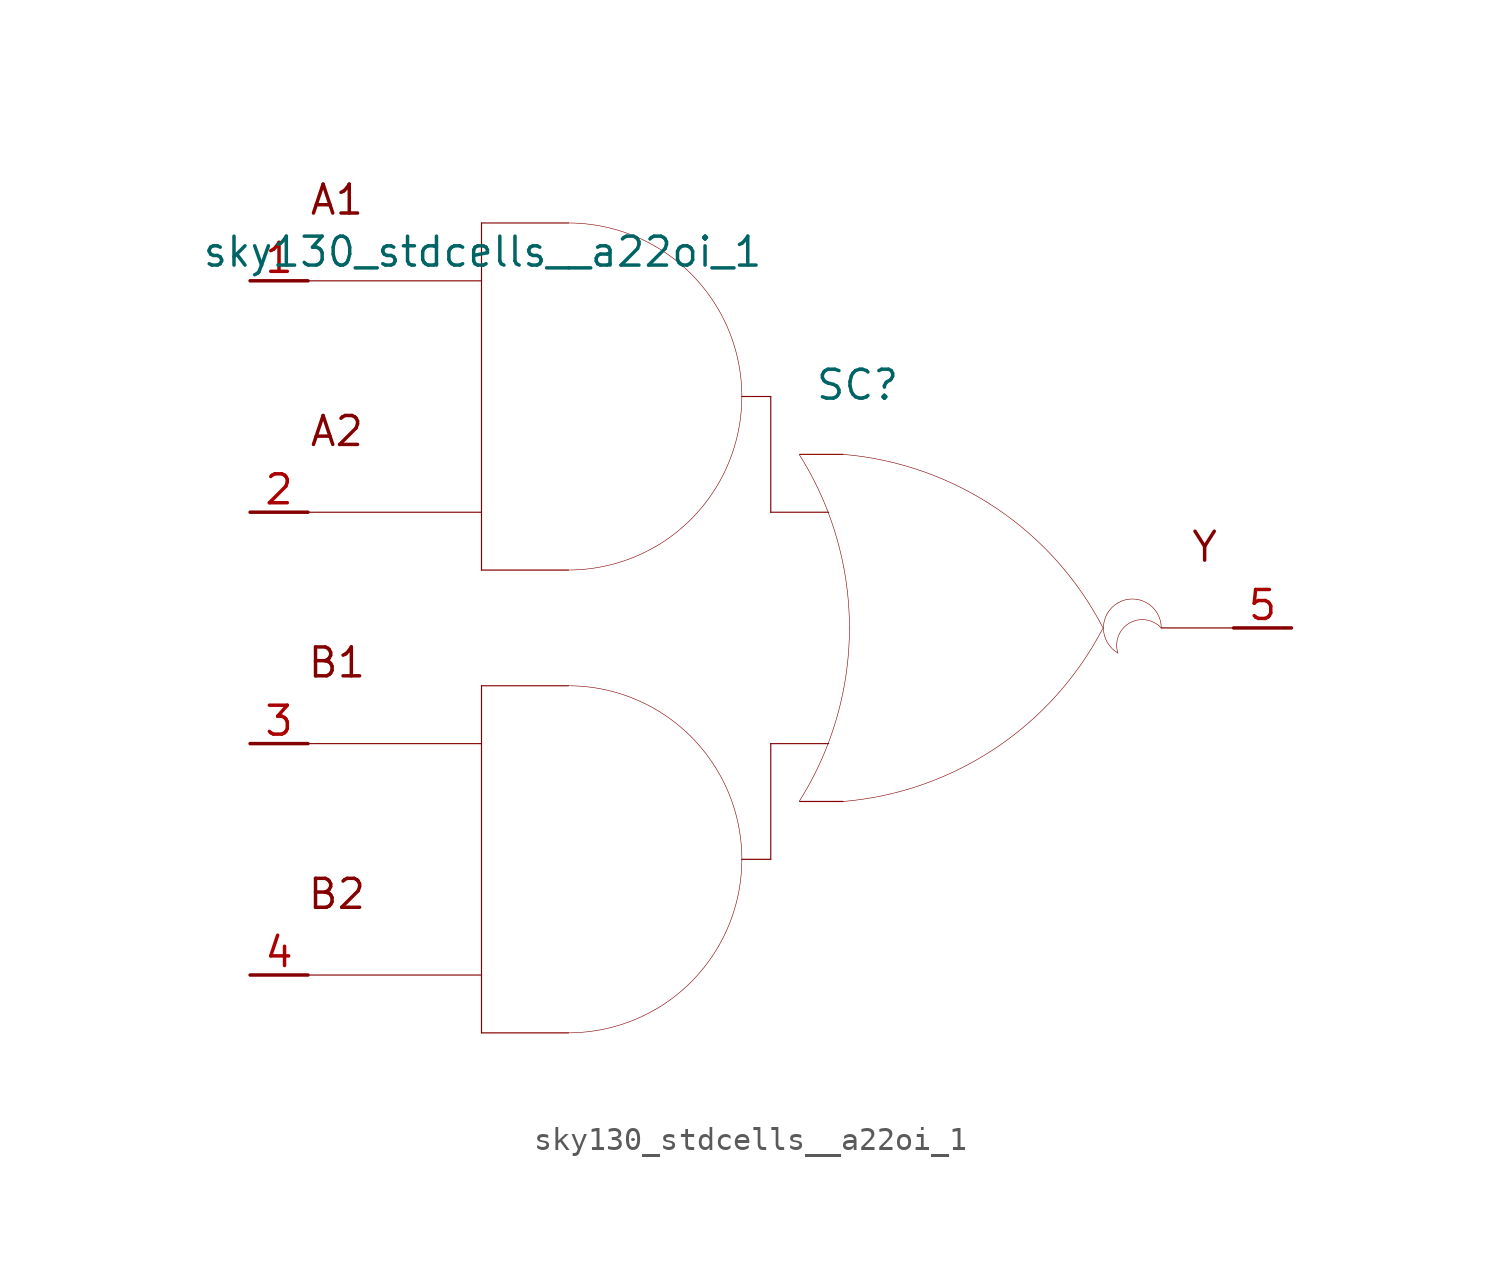
<source format=kicad_sym>
(kicad_symbol_lib
  (version 20211014)
  (generator kicad_symbol_editor)
  (symbol "sky130_stdcells__a22oi_1"
    (pin_names hide)
    (property "Reference" "SC"
      (at 3.81 10.668 0)
      (effects (font (size 1.27 1.27))))
    (property "Value" "sky130_stdcells__a22oi_1"
      (at -0.305 16.51 0)
      (effects (font (size 1.27 1.27)) (justify right)))
    (symbol "sky130_stdcells__a22oi_1_0_0"
      (arc (start -8.89 -17.78) (mid -6.9178 -17.5204) (end -5.08 -16.7591) (stroke (width 0.0254) (type default) (color 0 0 0 0)) (fill (type none)))
      (arc (start -8.89 2.54) (mid -6.9178 2.7996) (end -5.08 3.5609) (stroke (width 0.0254) (type default) (color 0 0 0 0)) (fill (type none)))
      (arc (start -5.08 -16.7591) (mid -3.5019 -15.5481) (end -2.2909 -13.97) (stroke (width 0.0254) (type default) (color 0 0 0 0)) (fill (type none)))
      (arc (start -5.08 -3.5609) (mid -6.9178 -2.7997) (end -8.89 -2.54) (stroke (width 0.0254) (type default) (color 0 0 0 0)) (fill (type none)))
      (arc (start -5.08 3.5609) (mid -3.5019 4.7719) (end -2.2909 6.35) (stroke (width 0.0254) (type default) (color 0 0 0 0)) (fill (type none)))
      (arc (start -5.08 16.7591) (mid -6.9178 17.5203) (end -8.89 17.78) (stroke (width 0.0254) (type default) (color 0 0 0 0)) (fill (type none)))
      (arc (start -2.2909 -13.97) (mid -1.5297 -12.1322) (end -1.27 -10.16) (stroke (width 0.0254) (type default) (color 0 0 0 0)) (fill (type none)))
      (arc (start -2.2909 -6.35) (mid -3.5019 -4.7719) (end -5.08 -3.5609) (stroke (width 0.0254) (type default) (color 0 0 0 0)) (fill (type none)))
      (arc (start -2.2909 6.35) (mid -1.5297 8.1878) (end -1.27 10.16) (stroke (width 0.0254) (type default) (color 0 0 0 0)) (fill (type none)))
      (arc (start -2.2909 13.97) (mid -3.5019 15.5481) (end -5.08 16.7591) (stroke (width 0.0254) (type default) (color 0 0 0 0)) (fill (type none)))
      (arc (start -1.27 -10.16) (mid -1.5296 -8.1878) (end -2.2909 -6.35) (stroke (width 0.0254) (type default) (color 0 0 0 0)) (fill (type none)))
      (arc (start -1.27 10.16) (mid -1.5296 12.1322) (end -2.2909 13.97) (stroke (width 0.0254) (type default) (color 0 0 0 0)) (fill (type none)))
      (polyline (pts (xy -20.32 -15.24) (xy -12.7 -15.24)) (stroke (width 0.051) (type default) (color 0 0 0 0)) (fill (type none)))
      (polyline (pts (xy -20.32 -5.08) (xy -12.7 -5.08)) (stroke (width 0.051) (type default) (color 0 0 0 0)) (fill (type none)))
      (polyline (pts (xy -20.32 5.08) (xy -12.7 5.08)) (stroke (width 0.051) (type default) (color 0 0 0 0)) (fill (type none)))
      (polyline (pts (xy -20.32 15.24) (xy -12.7 15.24)) (stroke (width 0.051) (type default) (color 0 0 0 0)) (fill (type none)))
      (polyline (pts (xy -12.7 -17.78) (xy -8.89 -17.78)) (stroke (width 0.051) (type default) (color 0 0 0 0)) (fill (type none)))
      (polyline (pts (xy -12.7 -2.54) (xy -12.7 -17.78)) (stroke (width 0.051) (type default) (color 0 0 0 0)) (fill (type none)))
      (polyline (pts (xy -12.7 -2.54) (xy -8.89 -2.54)) (stroke (width 0.051) (type default) (color 0 0 0 0)) (fill (type none)))
      (polyline (pts (xy -12.7 2.54) (xy -8.89 2.54)) (stroke (width 0.051) (type default) (color 0 0 0 0)) (fill (type none)))
      (polyline (pts (xy -12.7 17.78) (xy -12.7 2.54)) (stroke (width 0.051) (type default) (color 0 0 0 0)) (fill (type none)))
      (polyline (pts (xy -12.7 17.78) (xy -8.89 17.78)) (stroke (width 0.051) (type default) (color 0 0 0 0)) (fill (type none)))
      (polyline (pts (xy -1.27 -10.16) (xy 0 -10.16)) (stroke (width 0.051) (type default) (color 0 0 0 0)) (fill (type none)))
      (polyline (pts (xy -1.27 10.16) (xy 0 10.16)) (stroke (width 0.051) (type default) (color 0 0 0 0)) (fill (type none)))
      (polyline (pts (xy 0 -5.08) (xy 0 -10.16)) (stroke (width 0.051) (type default) (color 0 0 0 0)) (fill (type none)))
      (polyline (pts (xy 0 -5.08) (xy 2.54 -5.08)) (stroke (width 0.051) (type default) (color 0 0 0 0)) (fill (type none)))
      (polyline (pts (xy 0 5.08) (xy 2.54 5.08)) (stroke (width 0.051) (type default) (color 0 0 0 0)) (fill (type none)))
      (polyline (pts (xy 0 10.16) (xy 0 5.08)) (stroke (width 0.051) (type default) (color 0 0 0 0)) (fill (type none)))
      (polyline (pts (xy 1.27 -7.62) (xy 3.175 -7.62)) (stroke (width 0.051) (type default) (color 0 0 0 0)) (fill (type none)))
      (polyline (pts (xy 1.27 7.62) (xy 3.175 7.62)) (stroke (width 0.051) (type default) (color 0 0 0 0)) (fill (type none)))
      (polyline (pts (xy 17.145 0) (xy 20.32 0)) (stroke (width 0.051) (type default) (color 0 0 0 0)) (fill (type none)))
      (arc (start 1.2495 -7.6142) (mid 1.907 -6.458) (end 2.4538 -5.2456) (stroke (width 0.0254) (type default) (color 0 0 0 0)) (fill (type none)))
      (arc (start 2.4538 -5.2456) (mid 2.8887 -3.9755) (end 3.202 -2.6701) (stroke (width 0.0254) (type default) (color 0 0 0 0)) (fill (type none)))
      (arc (start 2.472 5.1993) (mid 1.9238 6.4248) (end 1.2627 7.5932) (stroke (width 0.0254) (type default) (color 0 0 0 0)) (fill (type none)))
      (arc (start 3.1446 -7.6231) (mid 9.8386 -5.2986) (end 14.5755 -0.0284) (stroke (width 0.0254) (type default) (color 0 0 0 0)) (fill (type none)))
      (arc (start 3.202 -2.6701) (mid 3.3912 -1.341) (end 3.4544 0) (stroke (width 0.0254) (type default) (color 0 0 0 0)) (fill (type none)))
      (arc (start 3.2066 2.6456) (mid 2.8989 3.9396) (end 2.472 5.1993) (stroke (width 0.0254) (type default) (color 0 0 0 0)) (fill (type none)))
      (arc (start 3.4544 0) (mid 3.3923 1.3286) (end 3.2066 2.6456) (stroke (width 0.0254) (type default) (color 0 0 0 0)) (fill (type none)))
      (arc (start 14.5983 -0.0156) (mid 9.8798 5.271) (end 3.194 7.6189) (stroke (width 0.0254) (type default) (color 0 0 0 0)) (fill (type none)))
      (arc (start 15.24 1.0999) (mid 14.605 0) (end 15.24 -1.0999) (stroke (width 0.0254) (type default) (color 0 0 0 0)) (fill (type none)))
      (arc (start 17.145 0) (mid 15.2881 0.4743) (end 15.24 -1.0999) (stroke (width 0.0254) (type default) (color 0 0 0 0)) (fill (type none)))
      (arc (start 17.145 0) (mid 16.51 1.0998) (end 15.24 1.0999) (stroke (width 0.0254) (type default) (color 0 0 0 0)) (fill (type none)))
      (text "A1" (at -19.05 18.796 0) (effects (font (size 1.27 1.27))))
      (text "A2" (at -19.05 8.636 0) (effects (font (size 1.27 1.27))))
      (text "B1" (at -19.05 -1.524 0) (effects (font (size 1.27 1.27))))
      (text "B2" (at -19.05 -11.684 0) (effects (font (size 1.27 1.27))))
      (text "Y" (at 19.05 3.556 0) (effects (font (size 1.27 1.27)))))
    (symbol "sky130_stdcells__a22oi_1_1_1"
      (pin input line (at -22.86 15.24 0) (length 2.54) (name "A1" (effects (font (size 1.092 1.092)))) (number "1" (effects (font (size 1.27 1.27)))))
      (pin input line (at -22.86 5.08 0) (length 2.54) (name "A2" (effects (font (size 1.092 1.092)))) (number "2" (effects (font (size 1.27 1.27)))))
      (pin input line (at -22.86 -5.08 0) (length 2.54) (name "B1" (effects (font (size 1.092 1.092)))) (number "3" (effects (font (size 1.27 1.27)))))
      (pin input line (at -22.86 -15.24 0) (length 2.54) (name "B2" (effects (font (size 1.092 1.092)))) (number "4" (effects (font (size 1.27 1.27)))))
      (pin output line (at 22.86 0 180) (length 2.54) (name "Y" (effects (font (size 1.092 1.092)))) (number "5" (effects (font (size 1.27 1.27))))))))
</source>
